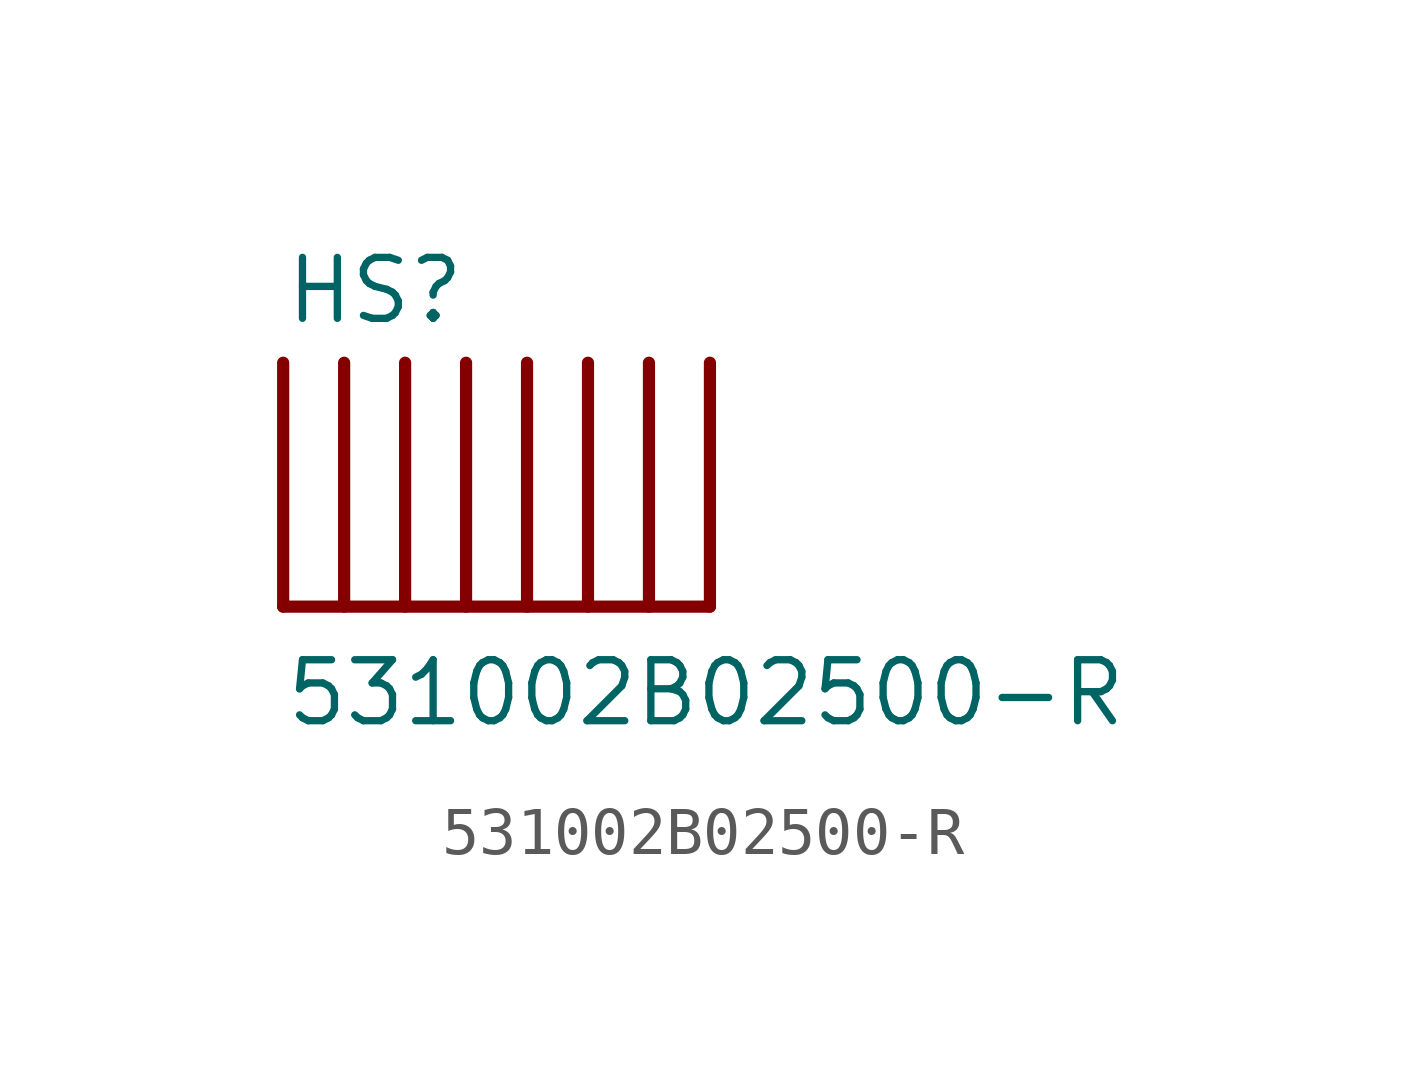
<source format=kicad_sym>
(kicad_symbol_lib
  (version 20211014)
  (generator kicad_symbol_editor)
  (symbol "531002B02500-R"
    (pin_numbers hide)
    (pin_names
      (offset 1.016) hide)
    (property "Reference" "HS"
      (at -5.08 5.842 0)
      (effects (font (size 1.27 1.27)) (justify left bottom)))
    (property "Value" "531002B02500-R"
      (at -5.08 -2.54 0)
      (effects (font (size 1.27 1.27)) (justify left bottom)))
    (property "ki_locked" ""
      (at 0 0 0)
      (effects (font (size 1.27 1.27))))
    (symbol "531002B02500-R_0_0"
      (polyline (pts (xy -5.08 0) (xy 3.81 0)) (stroke (width 0.254) (type default) (color 0 0 0 0)) (fill (type none)))
      (polyline (pts (xy -5.08 5.08) (xy -5.08 0)) (stroke (width 0.254) (type default) (color 0 0 0 0)) (fill (type none)))
      (polyline (pts (xy -3.81 5.08) (xy -3.81 0)) (stroke (width 0.254) (type default) (color 0 0 0 0)) (fill (type none)))
      (polyline (pts (xy -2.54 5.08) (xy -2.54 0)) (stroke (width 0.254) (type default) (color 0 0 0 0)) (fill (type none)))
      (polyline (pts (xy -1.27 5.08) (xy -1.27 0)) (stroke (width 0.254) (type default) (color 0 0 0 0)) (fill (type none)))
      (polyline (pts (xy 0 5.08) (xy 0 0)) (stroke (width 0.254) (type default) (color 0 0 0 0)) (fill (type none)))
      (polyline (pts (xy 1.27 5.08) (xy 1.27 0)) (stroke (width 0.254) (type default) (color 0 0 0 0)) (fill (type none)))
      (polyline (pts (xy 2.54 5.08) (xy 2.54 0)) (stroke (width 0.254) (type default) (color 0 0 0 0)) (fill (type none)))
      (polyline (pts (xy 3.81 5.08) (xy 3.81 0)) (stroke (width 0.254) (type default) (color 0 0 0 0)) (fill (type none))))))
</source>
